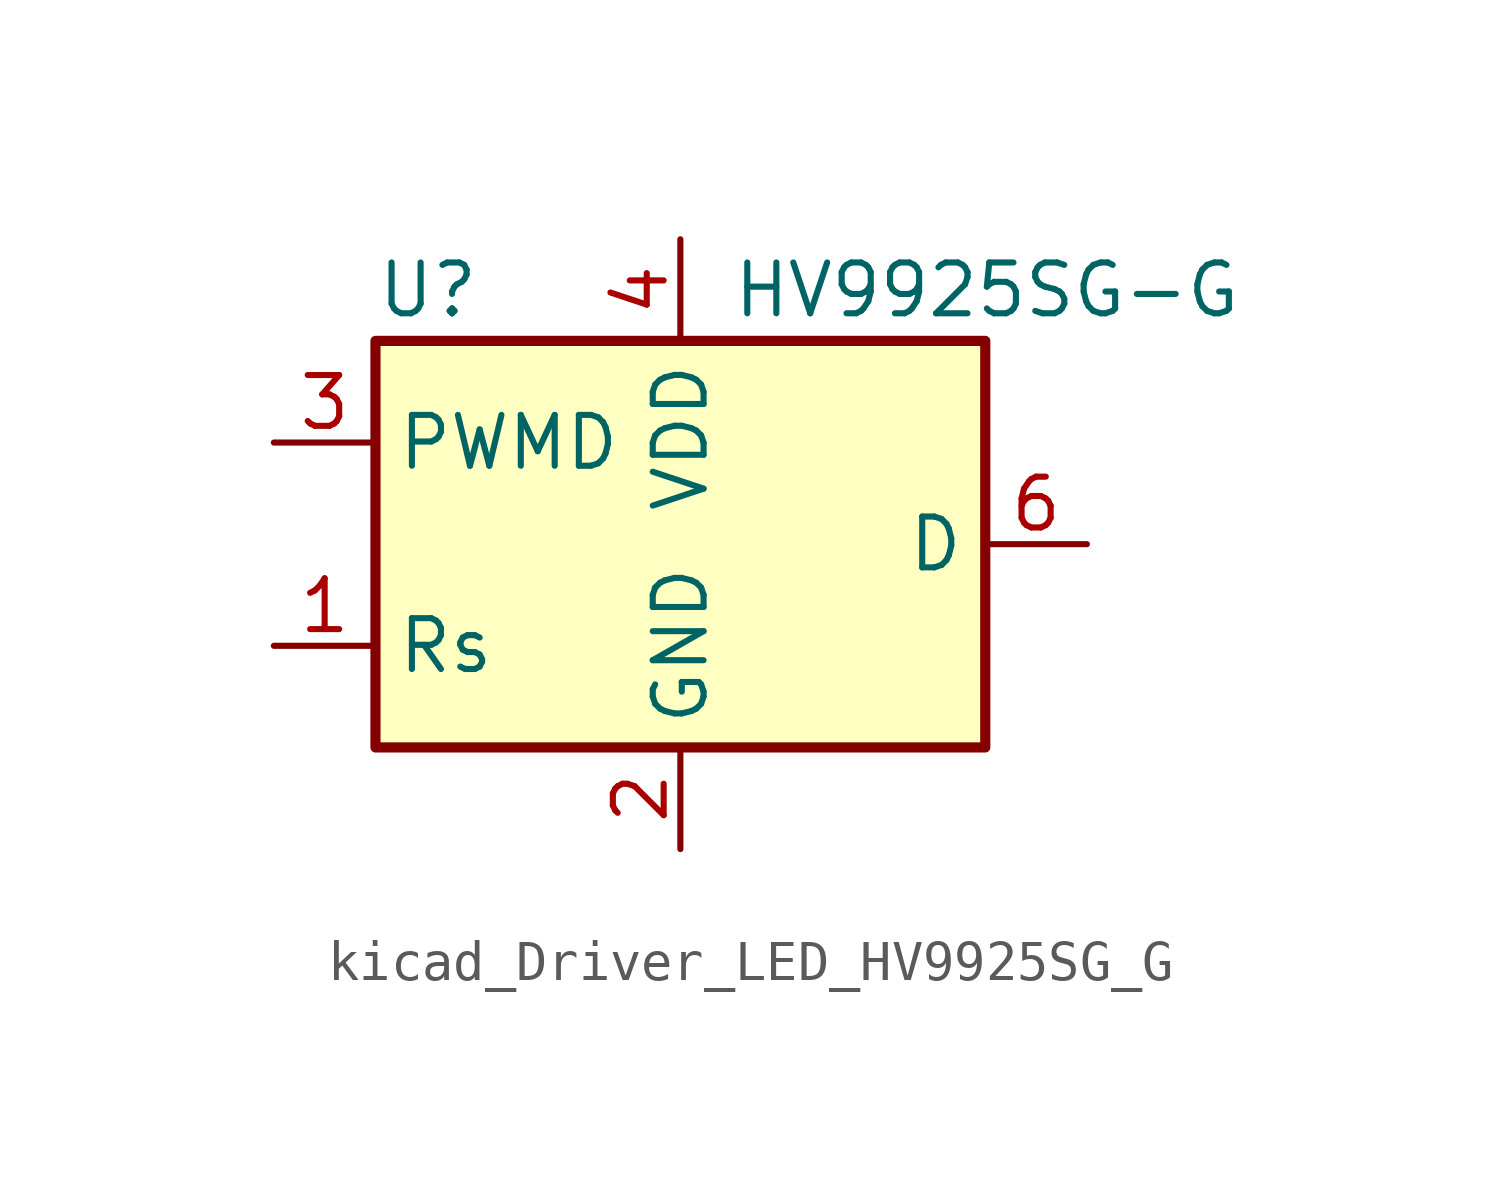
<source format=kicad_sym>
(kicad_symbol_lib
  (version 20220914)
  (generator kicad_symbol_editor)
  (symbol "kicad_Driver_LED_HV9925SG_G"
    (property "Reference" "U"
      (at -7.62 6.35 0)
      (effects (font (size 1.27 1.27)) (justify left)))
    (property "Value" "HV9925SG-G"
      (at 1.27 6.35 0)
      (effects (font (size 1.27 1.27)) (justify left)))
    (symbol "kicad_Driver_LED_HV9925SG_G_0_1"
      (rectangle (start -7.62 5.08) (end 7.62 -5.08) (stroke (width 0.254) (type default)) (fill (type background))))
    (symbol "kicad_Driver_LED_HV9925SG_G_1_1"
      (pin passive line (at -10.16 -2.54 0) (length 2.54) (name "Rs" (effects (font (size 1.27 1.27)))) (number "1" (effects (font (size 1.27 1.27)))))
      (pin power_in line (at 0 -7.62 90) (length 2.54) (name "GND" (effects (font (size 1.27 1.27)))) (number "2" (effects (font (size 1.27 1.27)))))
      (pin input line (at -10.16 2.54 0) (length 2.54) (name "PWMD" (effects (font (size 1.27 1.27)))) (number "3" (effects (font (size 1.27 1.27)))))
      (pin power_out line (at 0 7.62 270) (length 2.54) (name "VDD" (effects (font (size 1.27 1.27)))) (number "4" (effects (font (size 1.27 1.27)))))
      (pin no_connect line (at -7.62 0 0) (length 2.54) hide (name "NC" (effects (font (size 1.27 1.27)))) (number "5" (effects (font (size 1.27 1.27)))))
      (pin input line (at 10.16 0 180) (length 2.54) (name "D" (effects (font (size 1.27 1.27)))) (number "6" (effects (font (size 1.27 1.27)))))
      (pin input line (at 10.16 0 180) (length 2.54) hide (name "D" (effects (font (size 1.27 1.27)))) (number "7" (effects (font (size 1.27 1.27)))))
      (pin input line (at 10.16 0 180) (length 2.54) hide (name "D" (effects (font (size 1.27 1.27)))) (number "8" (effects (font (size 1.27 1.27))))))))
</source>
